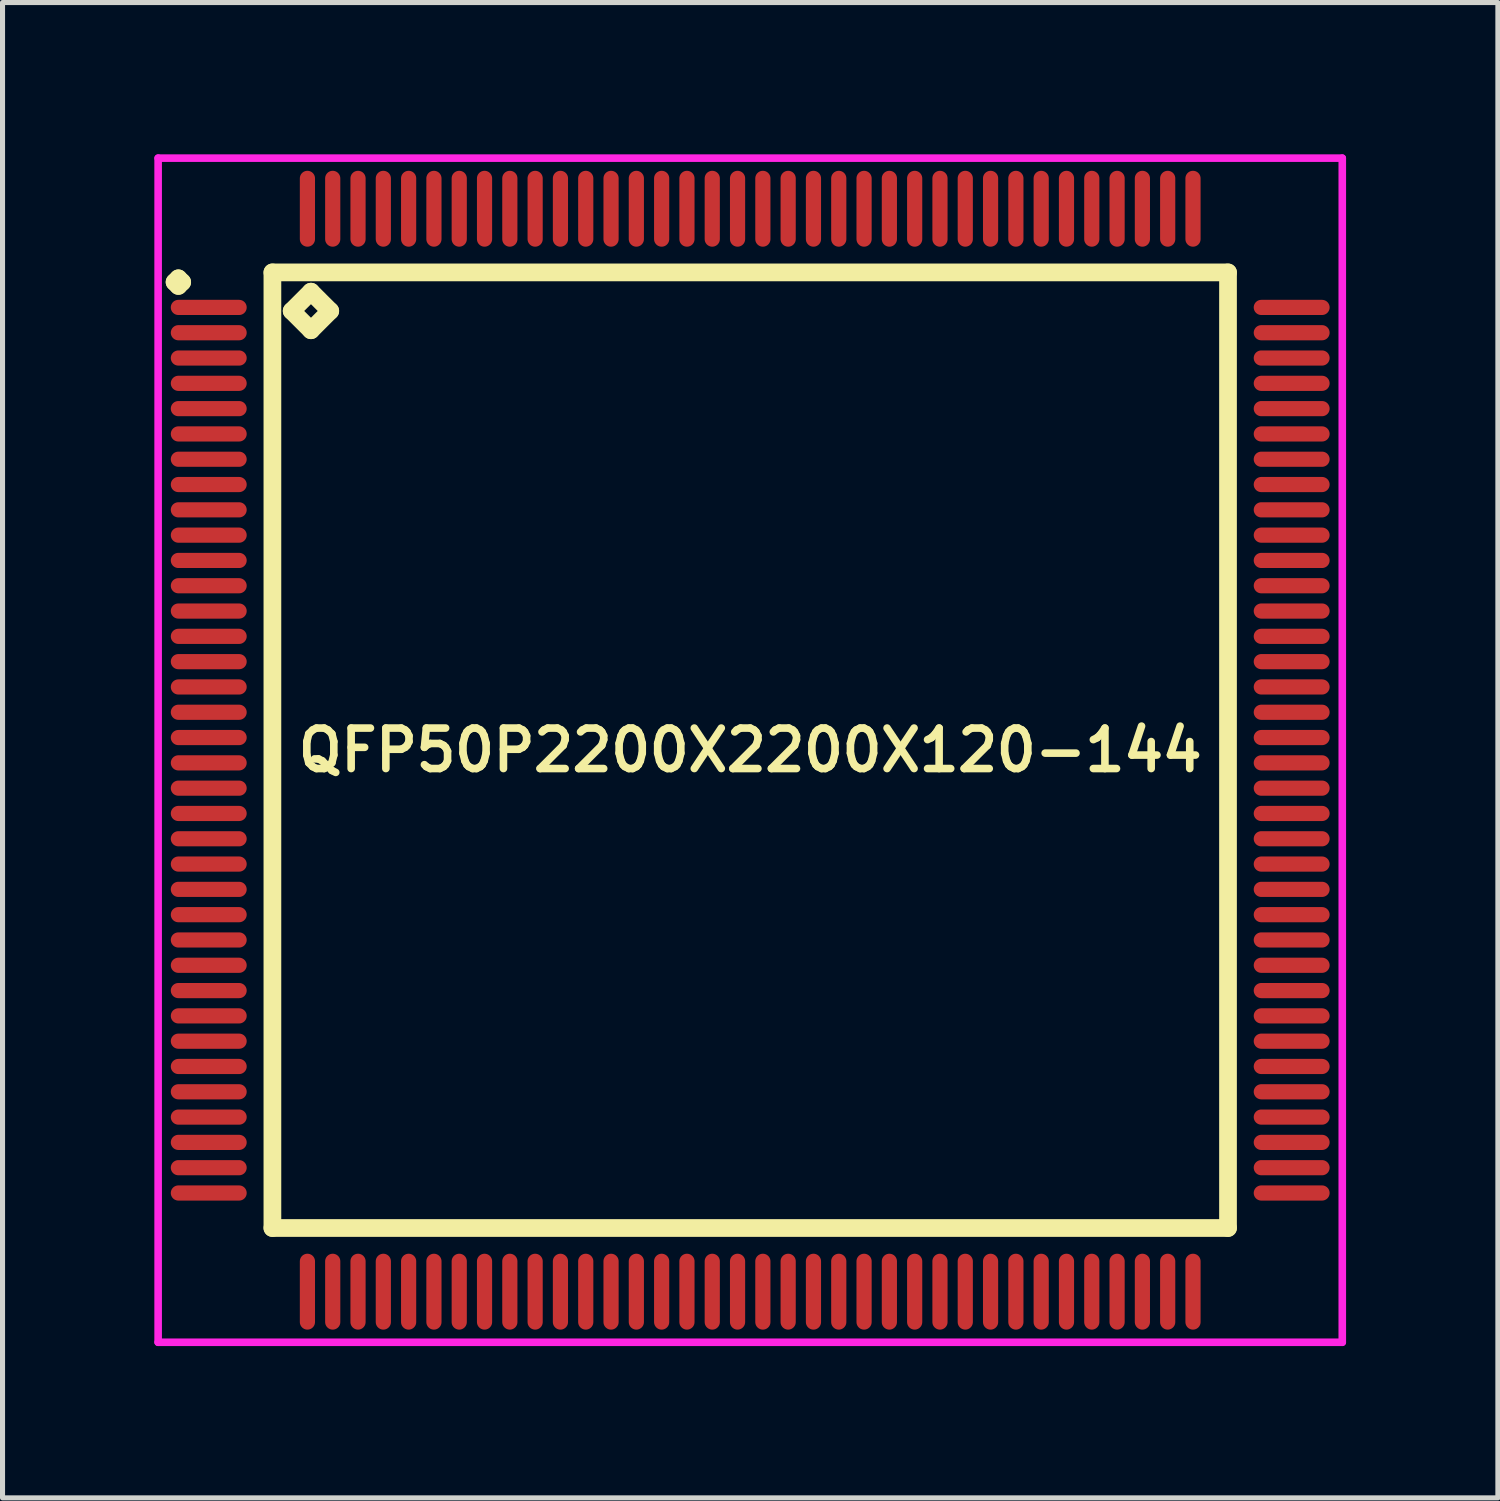
<source format=kicad_pcb>
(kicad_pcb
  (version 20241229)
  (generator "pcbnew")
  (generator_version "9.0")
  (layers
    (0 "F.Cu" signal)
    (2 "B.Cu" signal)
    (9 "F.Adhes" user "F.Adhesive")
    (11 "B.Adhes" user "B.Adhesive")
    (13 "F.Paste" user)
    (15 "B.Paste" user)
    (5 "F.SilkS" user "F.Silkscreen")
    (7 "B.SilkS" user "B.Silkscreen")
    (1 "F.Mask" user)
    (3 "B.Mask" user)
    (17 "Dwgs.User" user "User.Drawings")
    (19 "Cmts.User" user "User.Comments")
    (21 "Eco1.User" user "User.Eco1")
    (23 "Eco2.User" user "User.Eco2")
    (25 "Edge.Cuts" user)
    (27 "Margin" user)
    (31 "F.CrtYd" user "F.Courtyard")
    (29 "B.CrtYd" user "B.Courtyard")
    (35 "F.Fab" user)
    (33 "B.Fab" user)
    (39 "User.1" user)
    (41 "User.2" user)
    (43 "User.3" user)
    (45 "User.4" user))
  (footprint "QFP50P2200X2200X120-144"
    (layer "F.Cu")
    (at 11.775 11.775)
    (property "Reference" "QFP50P2200X2200X120-144" (at 0 0 0) (layer "F.SilkS") (effects (font (size 0.8 0.8) (thickness 0.15))))
    (attr smd)
    (fp_line (start -11.375 -9.25) (end -11.3 -9.325) (stroke (width 0.35) (type solid)) (layer "F.SilkS"))
    (fp_line (start -11.3 -9.325) (end -11.225 -9.25) (stroke (width 0.35) (type solid)) (layer "F.SilkS"))
    (fp_line (start -11.3 -9.175) (end -11.375 -9.25) (stroke (width 0.35) (type solid)) (layer "F.SilkS"))
    (fp_line (start -11.225 -9.25) (end -11.3 -9.175) (stroke (width 0.35) (type solid)) (layer "F.SilkS"))
    (fp_line (start -9.442 -9.442) (end -9.442 9.442) (stroke (width 0.35) (type solid)) (layer "F.SilkS"))
    (fp_line (start -9.442 9.442) (end 9.442 9.442) (stroke (width 0.35) (type solid)) (layer "F.SilkS"))
    (fp_line (start -9.061 -8.68) (end -8.68 -9.061) (stroke (width 0.35) (type solid)) (layer "F.SilkS"))
    (fp_line (start -8.68 -9.061) (end -8.299 -8.68) (stroke (width 0.35) (type solid)) (layer "F.SilkS"))
    (fp_line (start -8.68 -8.299) (end -9.061 -8.68) (stroke (width 0.35) (type solid)) (layer "F.SilkS"))
    (fp_line (start -8.299 -8.68) (end -8.68 -8.299) (stroke (width 0.35) (type solid)) (layer "F.SilkS"))
    (fp_line (start 9.442 -9.442) (end -9.442 -9.442) (stroke (width 0.35) (type solid)) (layer "F.SilkS"))
    (fp_line (start 9.442 9.442) (end 9.442 -9.442) (stroke (width 0.35) (type solid)) (layer "F.SilkS"))
    (fp_line (start -11.7 -11.7) (end 11.7 -11.7) (stroke (width 0.15) (type solid)) (layer "F.CrtYd"))
    (fp_line (start -11.7 11.7) (end -11.7 -11.7) (stroke (width 0.15) (type solid)) (layer "F.CrtYd"))
    (fp_line (start 11.7 -11.7) (end 11.7 11.7) (stroke (width 0.15) (type solid)) (layer "F.CrtYd"))
    (fp_line (start 11.7 11.7) (end -11.7 11.7) (stroke (width 0.15) (type solid)) (layer "F.CrtYd"))
    (pad "1" smd oval (at -10.7 -8.75) (size 1.5 0.3) (layers "F.Cu" "F.Mask" "F.Paste"))
    (pad "2" smd oval (at -10.7 -8.25) (size 1.5 0.3) (layers "F.Cu" "F.Mask" "F.Paste"))
    (pad "3" smd oval (at -10.7 -7.75) (size 1.5 0.3) (layers "F.Cu" "F.Mask" "F.Paste"))
    (pad "4" smd oval (at -10.7 -7.25) (size 1.5 0.3) (layers "F.Cu" "F.Mask" "F.Paste"))
    (pad "5" smd oval (at -10.7 -6.75) (size 1.5 0.3) (layers "F.Cu" "F.Mask" "F.Paste"))
    (pad "6" smd oval (at -10.7 -6.25) (size 1.5 0.3) (layers "F.Cu" "F.Mask" "F.Paste"))
    (pad "7" smd oval (at -10.7 -5.75) (size 1.5 0.3) (layers "F.Cu" "F.Mask" "F.Paste"))
    (pad "8" smd oval (at -10.7 -5.25) (size 1.5 0.3) (layers "F.Cu" "F.Mask" "F.Paste"))
    (pad "9" smd oval (at -10.7 -4.75) (size 1.5 0.3) (layers "F.Cu" "F.Mask" "F.Paste"))
    (pad "10" smd oval (at -10.7 -4.25) (size 1.5 0.3) (layers "F.Cu" "F.Mask" "F.Paste"))
    (pad "11" smd oval (at -10.7 -3.75) (size 1.5 0.3) (layers "F.Cu" "F.Mask" "F.Paste"))
    (pad "12" smd oval (at -10.7 -3.25) (size 1.5 0.3) (layers "F.Cu" "F.Mask" "F.Paste"))
    (pad "13" smd oval (at -10.7 -2.75) (size 1.5 0.3) (layers "F.Cu" "F.Mask" "F.Paste"))
    (pad "14" smd oval (at -10.7 -2.25) (size 1.5 0.3) (layers "F.Cu" "F.Mask" "F.Paste"))
    (pad "15" smd oval (at -10.7 -1.75) (size 1.5 0.3) (layers "F.Cu" "F.Mask" "F.Paste"))
    (pad "16" smd oval (at -10.7 -1.25) (size 1.5 0.3) (layers "F.Cu" "F.Mask" "F.Paste"))
    (pad "17" smd oval (at -10.7 -0.75) (size 1.5 0.3) (layers "F.Cu" "F.Mask" "F.Paste"))
    (pad "18" smd oval (at -10.7 -0.25) (size 1.5 0.3) (layers "F.Cu" "F.Mask" "F.Paste"))
    (pad "19" smd oval (at -10.7 0.25) (size 1.5 0.3) (layers "F.Cu" "F.Mask" "F.Paste"))
    (pad "20" smd oval (at -10.7 0.75) (size 1.5 0.3) (layers "F.Cu" "F.Mask" "F.Paste"))
    (pad "21" smd oval (at -10.7 1.25) (size 1.5 0.3) (layers "F.Cu" "F.Mask" "F.Paste"))
    (pad "22" smd oval (at -10.7 1.75) (size 1.5 0.3) (layers "F.Cu" "F.Mask" "F.Paste"))
    (pad "23" smd oval (at -10.7 2.25) (size 1.5 0.3) (layers "F.Cu" "F.Mask" "F.Paste"))
    (pad "24" smd oval (at -10.7 2.75) (size 1.5 0.3) (layers "F.Cu" "F.Mask" "F.Paste"))
    (pad "25" smd oval (at -10.7 3.25) (size 1.5 0.3) (layers "F.Cu" "F.Mask" "F.Paste"))
    (pad "26" smd oval (at -10.7 3.75) (size 1.5 0.3) (layers "F.Cu" "F.Mask" "F.Paste"))
    (pad "27" smd oval (at -10.7 4.25) (size 1.5 0.3) (layers "F.Cu" "F.Mask" "F.Paste"))
    (pad "28" smd oval (at -10.7 4.75) (size 1.5 0.3) (layers "F.Cu" "F.Mask" "F.Paste"))
    (pad "29" smd oval (at -10.7 5.25) (size 1.5 0.3) (layers "F.Cu" "F.Mask" "F.Paste"))
    (pad "30" smd oval (at -10.7 5.75) (size 1.5 0.3) (layers "F.Cu" "F.Mask" "F.Paste"))
    (pad "31" smd oval (at -10.7 6.25) (size 1.5 0.3) (layers "F.Cu" "F.Mask" "F.Paste"))
    (pad "32" smd oval (at -10.7 6.75) (size 1.5 0.3) (layers "F.Cu" "F.Mask" "F.Paste"))
    (pad "33" smd oval (at -10.7 7.25) (size 1.5 0.3) (layers "F.Cu" "F.Mask" "F.Paste"))
    (pad "34" smd oval (at -10.7 7.75) (size 1.5 0.3) (layers "F.Cu" "F.Mask" "F.Paste"))
    (pad "35" smd oval (at -10.7 8.25) (size 1.5 0.3) (layers "F.Cu" "F.Mask" "F.Paste"))
    (pad "36" smd oval (at -10.7 8.75) (size 1.5 0.3) (layers "F.Cu" "F.Mask" "F.Paste"))
    (pad "37" smd oval (at -8.75 10.7) (size 0.3 1.5) (layers "F.Cu" "F.Mask" "F.Paste"))
    (pad "38" smd oval (at -8.25 10.7) (size 0.3 1.5) (layers "F.Cu" "F.Mask" "F.Paste"))
    (pad "39" smd oval (at -7.75 10.7) (size 0.3 1.5) (layers "F.Cu" "F.Mask" "F.Paste"))
    (pad "40" smd oval (at -7.25 10.7) (size 0.3 1.5) (layers "F.Cu" "F.Mask" "F.Paste"))
    (pad "41" smd oval (at -6.75 10.7) (size 0.3 1.5) (layers "F.Cu" "F.Mask" "F.Paste"))
    (pad "42" smd oval (at -6.25 10.7) (size 0.3 1.5) (layers "F.Cu" "F.Mask" "F.Paste"))
    (pad "43" smd oval (at -5.75 10.7) (size 0.3 1.5) (layers "F.Cu" "F.Mask" "F.Paste"))
    (pad "44" smd oval (at -5.25 10.7) (size 0.3 1.5) (layers "F.Cu" "F.Mask" "F.Paste"))
    (pad "45" smd oval (at -4.75 10.7) (size 0.3 1.5) (layers "F.Cu" "F.Mask" "F.Paste"))
    (pad "46" smd oval (at -4.25 10.7) (size 0.3 1.5) (layers "F.Cu" "F.Mask" "F.Paste"))
    (pad "47" smd oval (at -3.75 10.7) (size 0.3 1.5) (layers "F.Cu" "F.Mask" "F.Paste"))
    (pad "48" smd oval (at -3.25 10.7) (size 0.3 1.5) (layers "F.Cu" "F.Mask" "F.Paste"))
    (pad "49" smd oval (at -2.75 10.7) (size 0.3 1.5) (layers "F.Cu" "F.Mask" "F.Paste"))
    (pad "50" smd oval (at -2.25 10.7) (size 0.3 1.5) (layers "F.Cu" "F.Mask" "F.Paste"))
    (pad "51" smd oval (at -1.75 10.7) (size 0.3 1.5) (layers "F.Cu" "F.Mask" "F.Paste"))
    (pad "52" smd oval (at -1.25 10.7) (size 0.3 1.5) (layers "F.Cu" "F.Mask" "F.Paste"))
    (pad "53" smd oval (at -0.75 10.7) (size 0.3 1.5) (layers "F.Cu" "F.Mask" "F.Paste"))
    (pad "54" smd oval (at -0.25 10.7) (size 0.3 1.5) (layers "F.Cu" "F.Mask" "F.Paste"))
    (pad "55" smd oval (at 0.25 10.7) (size 0.3 1.5) (layers "F.Cu" "F.Mask" "F.Paste"))
    (pad "56" smd oval (at 0.75 10.7) (size 0.3 1.5) (layers "F.Cu" "F.Mask" "F.Paste"))
    (pad "57" smd oval (at 1.25 10.7) (size 0.3 1.5) (layers "F.Cu" "F.Mask" "F.Paste"))
    (pad "58" smd oval (at 1.75 10.7) (size 0.3 1.5) (layers "F.Cu" "F.Mask" "F.Paste"))
    (pad "59" smd oval (at 2.25 10.7) (size 0.3 1.5) (layers "F.Cu" "F.Mask" "F.Paste"))
    (pad "60" smd oval (at 2.75 10.7) (size 0.3 1.5) (layers "F.Cu" "F.Mask" "F.Paste"))
    (pad "61" smd oval (at 3.25 10.7) (size 0.3 1.5) (layers "F.Cu" "F.Mask" "F.Paste"))
    (pad "62" smd oval (at 3.75 10.7) (size 0.3 1.5) (layers "F.Cu" "F.Mask" "F.Paste"))
    (pad "63" smd oval (at 4.25 10.7) (size 0.3 1.5) (layers "F.Cu" "F.Mask" "F.Paste"))
    (pad "64" smd oval (at 4.75 10.7) (size 0.3 1.5) (layers "F.Cu" "F.Mask" "F.Paste"))
    (pad "65" smd oval (at 5.25 10.7) (size 0.3 1.5) (layers "F.Cu" "F.Mask" "F.Paste"))
    (pad "66" smd oval (at 5.75 10.7) (size 0.3 1.5) (layers "F.Cu" "F.Mask" "F.Paste"))
    (pad "67" smd oval (at 6.25 10.7) (size 0.3 1.5) (layers "F.Cu" "F.Mask" "F.Paste"))
    (pad "68" smd oval (at 6.75 10.7) (size 0.3 1.5) (layers "F.Cu" "F.Mask" "F.Paste"))
    (pad "69" smd oval (at 7.25 10.7) (size 0.3 1.5) (layers "F.Cu" "F.Mask" "F.Paste"))
    (pad "70" smd oval (at 7.75 10.7) (size 0.3 1.5) (layers "F.Cu" "F.Mask" "F.Paste"))
    (pad "71" smd oval (at 8.25 10.7) (size 0.3 1.5) (layers "F.Cu" "F.Mask" "F.Paste"))
    (pad "72" smd oval (at 8.75 10.7) (size 0.3 1.5) (layers "F.Cu" "F.Mask" "F.Paste"))
    (pad "73" smd oval (at 10.7 8.75) (size 1.5 0.3) (layers "F.Cu" "F.Mask" "F.Paste"))
    (pad "74" smd oval (at 10.7 8.25) (size 1.5 0.3) (layers "F.Cu" "F.Mask" "F.Paste"))
    (pad "75" smd oval (at 10.7 7.75) (size 1.5 0.3) (layers "F.Cu" "F.Mask" "F.Paste"))
    (pad "76" smd oval (at 10.7 7.25) (size 1.5 0.3) (layers "F.Cu" "F.Mask" "F.Paste"))
    (pad "77" smd oval (at 10.7 6.75) (size 1.5 0.3) (layers "F.Cu" "F.Mask" "F.Paste"))
    (pad "78" smd oval (at 10.7 6.25) (size 1.5 0.3) (layers "F.Cu" "F.Mask" "F.Paste"))
    (pad "79" smd oval (at 10.7 5.75) (size 1.5 0.3) (layers "F.Cu" "F.Mask" "F.Paste"))
    (pad "80" smd oval (at 10.7 5.25) (size 1.5 0.3) (layers "F.Cu" "F.Mask" "F.Paste"))
    (pad "81" smd oval (at 10.7 4.75) (size 1.5 0.3) (layers "F.Cu" "F.Mask" "F.Paste"))
    (pad "82" smd oval (at 10.7 4.25) (size 1.5 0.3) (layers "F.Cu" "F.Mask" "F.Paste"))
    (pad "83" smd oval (at 10.7 3.75) (size 1.5 0.3) (layers "F.Cu" "F.Mask" "F.Paste"))
    (pad "84" smd oval (at 10.7 3.25) (size 1.5 0.3) (layers "F.Cu" "F.Mask" "F.Paste"))
    (pad "85" smd oval (at 10.7 2.75) (size 1.5 0.3) (layers "F.Cu" "F.Mask" "F.Paste"))
    (pad "86" smd oval (at 10.7 2.25) (size 1.5 0.3) (layers "F.Cu" "F.Mask" "F.Paste"))
    (pad "87" smd oval (at 10.7 1.75) (size 1.5 0.3) (layers "F.Cu" "F.Mask" "F.Paste"))
    (pad "88" smd oval (at 10.7 1.25) (size 1.5 0.3) (layers "F.Cu" "F.Mask" "F.Paste"))
    (pad "89" smd oval (at 10.7 0.75) (size 1.5 0.3) (layers "F.Cu" "F.Mask" "F.Paste"))
    (pad "90" smd oval (at 10.7 0.25) (size 1.5 0.3) (layers "F.Cu" "F.Mask" "F.Paste"))
    (pad "91" smd oval (at 10.7 -0.25) (size 1.5 0.3) (layers "F.Cu" "F.Mask" "F.Paste"))
    (pad "92" smd oval (at 10.7 -0.75) (size 1.5 0.3) (layers "F.Cu" "F.Mask" "F.Paste"))
    (pad "93" smd oval (at 10.7 -1.25) (size 1.5 0.3) (layers "F.Cu" "F.Mask" "F.Paste"))
    (pad "94" smd oval (at 10.7 -1.75) (size 1.5 0.3) (layers "F.Cu" "F.Mask" "F.Paste"))
    (pad "95" smd oval (at 10.7 -2.25) (size 1.5 0.3) (layers "F.Cu" "F.Mask" "F.Paste"))
    (pad "96" smd oval (at 10.7 -2.75) (size 1.5 0.3) (layers "F.Cu" "F.Mask" "F.Paste"))
    (pad "97" smd oval (at 10.7 -3.25) (size 1.5 0.3) (layers "F.Cu" "F.Mask" "F.Paste"))
    (pad "98" smd oval (at 10.7 -3.75) (size 1.5 0.3) (layers "F.Cu" "F.Mask" "F.Paste"))
    (pad "99" smd oval (at 10.7 -4.25) (size 1.5 0.3) (layers "F.Cu" "F.Mask" "F.Paste"))
    (pad "100" smd oval (at 10.7 -4.75) (size 1.5 0.3) (layers "F.Cu" "F.Mask" "F.Paste"))
    (pad "101" smd oval (at 10.7 -5.25) (size 1.5 0.3) (layers "F.Cu" "F.Mask" "F.Paste"))
    (pad "102" smd oval (at 10.7 -5.75) (size 1.5 0.3) (layers "F.Cu" "F.Mask" "F.Paste"))
    (pad "103" smd oval (at 10.7 -6.25) (size 1.5 0.3) (layers "F.Cu" "F.Mask" "F.Paste"))
    (pad "104" smd oval (at 10.7 -6.75) (size 1.5 0.3) (layers "F.Cu" "F.Mask" "F.Paste"))
    (pad "105" smd oval (at 10.7 -7.25) (size 1.5 0.3) (layers "F.Cu" "F.Mask" "F.Paste"))
    (pad "106" smd oval (at 10.7 -7.75) (size 1.5 0.3) (layers "F.Cu" "F.Mask" "F.Paste"))
    (pad "107" smd oval (at 10.7 -8.25) (size 1.5 0.3) (layers "F.Cu" "F.Mask" "F.Paste"))
    (pad "108" smd oval (at 10.7 -8.75) (size 1.5 0.3) (layers "F.Cu" "F.Mask" "F.Paste"))
    (pad "109" smd oval (at 8.75 -10.7) (size 0.3 1.5) (layers "F.Cu" "F.Mask" "F.Paste"))
    (pad "110" smd oval (at 8.25 -10.7) (size 0.3 1.5) (layers "F.Cu" "F.Mask" "F.Paste"))
    (pad "111" smd oval (at 7.75 -10.7) (size 0.3 1.5) (layers "F.Cu" "F.Mask" "F.Paste"))
    (pad "112" smd oval (at 7.25 -10.7) (size 0.3 1.5) (layers "F.Cu" "F.Mask" "F.Paste"))
    (pad "113" smd oval (at 6.75 -10.7) (size 0.3 1.5) (layers "F.Cu" "F.Mask" "F.Paste"))
    (pad "114" smd oval (at 6.25 -10.7) (size 0.3 1.5) (layers "F.Cu" "F.Mask" "F.Paste"))
    (pad "115" smd oval (at 5.75 -10.7) (size 0.3 1.5) (layers "F.Cu" "F.Mask" "F.Paste"))
    (pad "116" smd oval (at 5.25 -10.7) (size 0.3 1.5) (layers "F.Cu" "F.Mask" "F.Paste"))
    (pad "117" smd oval (at 4.75 -10.7) (size 0.3 1.5) (layers "F.Cu" "F.Mask" "F.Paste"))
    (pad "118" smd oval (at 4.25 -10.7) (size 0.3 1.5) (layers "F.Cu" "F.Mask" "F.Paste"))
    (pad "119" smd oval (at 3.75 -10.7) (size 0.3 1.5) (layers "F.Cu" "F.Mask" "F.Paste"))
    (pad "120" smd oval (at 3.25 -10.7) (size 0.3 1.5) (layers "F.Cu" "F.Mask" "F.Paste"))
    (pad "121" smd oval (at 2.75 -10.7) (size 0.3 1.5) (layers "F.Cu" "F.Mask" "F.Paste"))
    (pad "122" smd oval (at 2.25 -10.7) (size 0.3 1.5) (layers "F.Cu" "F.Mask" "F.Paste"))
    (pad "123" smd oval (at 1.75 -10.7) (size 0.3 1.5) (layers "F.Cu" "F.Mask" "F.Paste"))
    (pad "124" smd oval (at 1.25 -10.7) (size 0.3 1.5) (layers "F.Cu" "F.Mask" "F.Paste"))
    (pad "125" smd oval (at 0.75 -10.7) (size 0.3 1.5) (layers "F.Cu" "F.Mask" "F.Paste"))
    (pad "126" smd oval (at 0.25 -10.7) (size 0.3 1.5) (layers "F.Cu" "F.Mask" "F.Paste"))
    (pad "127" smd oval (at -0.25 -10.7) (size 0.3 1.5) (layers "F.Cu" "F.Mask" "F.Paste"))
    (pad "128" smd oval (at -0.75 -10.7) (size 0.3 1.5) (layers "F.Cu" "F.Mask" "F.Paste"))
    (pad "129" smd oval (at -1.25 -10.7) (size 0.3 1.5) (layers "F.Cu" "F.Mask" "F.Paste"))
    (pad "130" smd oval (at -1.75 -10.7) (size 0.3 1.5) (layers "F.Cu" "F.Mask" "F.Paste"))
    (pad "131" smd oval (at -2.25 -10.7) (size 0.3 1.5) (layers "F.Cu" "F.Mask" "F.Paste"))
    (pad "132" smd oval (at -2.75 -10.7) (size 0.3 1.5) (layers "F.Cu" "F.Mask" "F.Paste"))
    (pad "133" smd oval (at -3.25 -10.7) (size 0.3 1.5) (layers "F.Cu" "F.Mask" "F.Paste"))
    (pad "134" smd oval (at -3.75 -10.7) (size 0.3 1.5) (layers "F.Cu" "F.Mask" "F.Paste"))
    (pad "135" smd oval (at -4.25 -10.7) (size 0.3 1.5) (layers "F.Cu" "F.Mask" "F.Paste"))
    (pad "136" smd oval (at -4.75 -10.7) (size 0.3 1.5) (layers "F.Cu" "F.Mask" "F.Paste"))
    (pad "137" smd oval (at -5.25 -10.7) (size 0.3 1.5) (layers "F.Cu" "F.Mask" "F.Paste"))
    (pad "138" smd oval (at -5.75 -10.7) (size 0.3 1.5) (layers "F.Cu" "F.Mask" "F.Paste"))
    (pad "139" smd oval (at -6.25 -10.7) (size 0.3 1.5) (layers "F.Cu" "F.Mask" "F.Paste"))
    (pad "140" smd oval (at -6.75 -10.7) (size 0.3 1.5) (layers "F.Cu" "F.Mask" "F.Paste"))
    (pad "141" smd oval (at -7.25 -10.7) (size 0.3 1.5) (layers "F.Cu" "F.Mask" "F.Paste"))
    (pad "142" smd oval (at -7.75 -10.7) (size 0.3 1.5) (layers "F.Cu" "F.Mask" "F.Paste"))
    (pad "143" smd oval (at -8.25 -10.7) (size 0.3 1.5) (layers "F.Cu" "F.Mask" "F.Paste"))
    (pad "144" smd oval (at -8.75 -10.7) (size 0.3 1.5) (layers "F.Cu" "F.Mask" "F.Paste")))
  (gr_rect
    (start -3 -3)
    (end 26.55 26.55)
    (stroke (width 0.1) (type default))
    (fill no)
    (layer "Edge.Cuts")))
</source>
